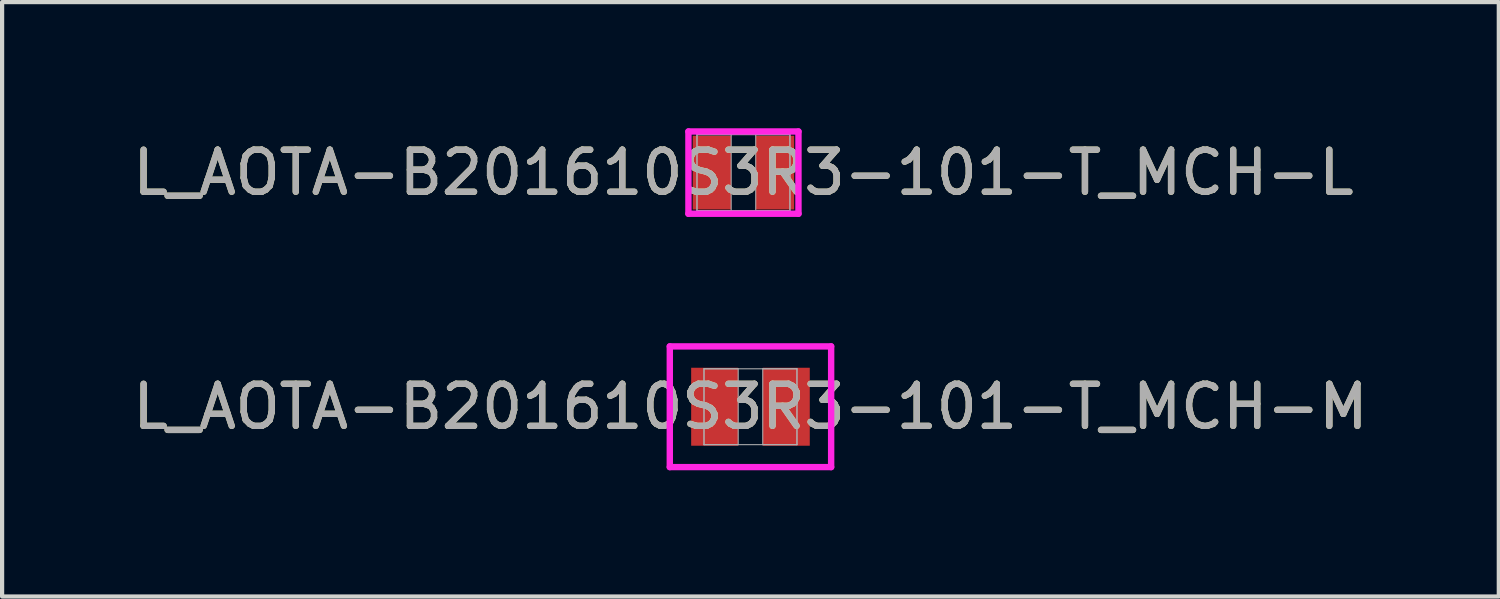
<source format=kicad_pcb>
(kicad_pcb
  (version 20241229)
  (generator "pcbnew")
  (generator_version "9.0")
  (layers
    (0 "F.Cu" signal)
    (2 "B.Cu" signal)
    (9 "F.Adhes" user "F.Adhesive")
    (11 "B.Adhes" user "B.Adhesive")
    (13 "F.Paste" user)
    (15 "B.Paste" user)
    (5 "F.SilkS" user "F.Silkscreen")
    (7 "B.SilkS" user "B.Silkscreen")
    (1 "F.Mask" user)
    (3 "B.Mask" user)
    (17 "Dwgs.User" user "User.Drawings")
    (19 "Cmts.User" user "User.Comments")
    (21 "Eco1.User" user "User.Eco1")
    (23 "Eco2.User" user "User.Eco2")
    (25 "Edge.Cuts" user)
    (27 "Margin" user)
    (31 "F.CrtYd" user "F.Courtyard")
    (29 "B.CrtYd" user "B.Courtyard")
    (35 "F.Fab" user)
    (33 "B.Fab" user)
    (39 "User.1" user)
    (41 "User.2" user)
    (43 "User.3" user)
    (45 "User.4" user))
  (footprint "L_AOTA-B201610S3R3-101-T_MCH-M"
    (layer "F.Cu")
    (at 14.792 6.62)
    (property "Reference" "L_AOTA-B201610S3R3-101-T_MCH-M" (at 0 0 0) (unlocked yes) (layer "F.SilkS") (effects (font (size 1 1) (thickness 0.15))))
    (attr smd)
    (fp_line (start -1.918 -1.435) (end 1.918 -1.435) (stroke (width 0.152) (type solid)) (layer "F.CrtYd"))
    (fp_line (start -1.918 1.435) (end -1.918 -1.435) (stroke (width 0.152) (type solid)) (layer "F.CrtYd"))
    (fp_line (start 1.918 -1.435) (end 1.918 1.435) (stroke (width 0.152) (type solid)) (layer "F.CrtYd"))
    (fp_line (start 1.918 1.435) (end -1.918 1.435) (stroke (width 0.152) (type solid)) (layer "F.CrtYd"))
    (fp_line (start -1.105 -0.902) (end -1.105 0.902) (stroke (width 0.025) (type solid)) (layer "F.Fab"))
    (fp_line (start -1.105 -0.902) (end -1.105 0.902) (stroke (width 0.025) (type solid)) (layer "F.Fab"))
    (fp_line (start -1.105 0.902) (end -0.292 0.902) (stroke (width 0.025) (type solid)) (layer "F.Fab"))
    (fp_line (start -1.105 0.902) (end 1.105 0.902) (stroke (width 0.025) (type solid)) (layer "F.Fab"))
    (fp_line (start -0.292 -0.902) (end -1.105 -0.902) (stroke (width 0.025) (type solid)) (layer "F.Fab"))
    (fp_line (start -0.292 0.902) (end -0.292 -0.902) (stroke (width 0.025) (type solid)) (layer "F.Fab"))
    (fp_line (start 0.292 -0.902) (end 0.292 0.902) (stroke (width 0.025) (type solid)) (layer "F.Fab"))
    (fp_line (start 0.292 0.902) (end 1.105 0.902) (stroke (width 0.025) (type solid)) (layer "F.Fab"))
    (fp_line (start 1.105 -0.902) (end -1.105 -0.902) (stroke (width 0.025) (type solid)) (layer "F.Fab"))
    (fp_line (start 1.105 -0.902) (end 0.292 -0.902) (stroke (width 0.025) (type solid)) (layer "F.Fab"))
    (fp_line (start 1.105 0.902) (end 1.105 -0.902) (stroke (width 0.025) (type solid)) (layer "F.Fab"))
    (fp_line (start 1.105 0.902) (end 1.105 -0.902) (stroke (width 0.025) (type solid)) (layer "F.Fab"))
    (fp_text user "${REFERENCE}" (at 0 0 0) (unlocked yes) (layer "F.Fab") (effects (font (size 1 1) (thickness 0.15))))
    (pad "1" smd rect (at -0.851 0) (size 1.118 1.854) (layers "F.Cu" "F.Mask" "F.Paste"))
    (pad "2" smd rect (at 0.851 0) (size 1.118 1.854) (layers "F.Cu" "F.Mask" "F.Paste"))
    (zone (net_name "") (layer "F.Cu") (hatch full 0.508) (connect_pads) (min_thickness 0.254) (filled_areas_thickness no) (keepout (tracks not_allowed) (vias not_allowed) (pads allowed) (copperpour not_allowed) (footprints allowed)) (placement (enabled no)) (fill) (polygon (pts (xy 14.55 5.769) (xy 15.033 5.769) (xy 15.033 7.47) (xy 14.55 7.47)))))
  (footprint "L_AOTA-B201610S3R3-101-T_MCH-L"
    (layer "F.Cu")
    (at 14.625 1.054)
    (property "Reference" "L_AOTA-B201610S3R3-101-T_MCH-L" (at 0 0 0) (unlocked yes) (layer "F.SilkS") (effects (font (size 1 1) (thickness 0.15))))
    (attr smd)
    (fp_line (start -1.308 -0.978) (end 1.308 -0.978) (stroke (width 0.152) (type solid)) (layer "F.CrtYd"))
    (fp_line (start -1.308 0.978) (end -1.308 -0.978) (stroke (width 0.152) (type solid)) (layer "F.CrtYd"))
    (fp_line (start 1.308 -0.978) (end 1.308 0.978) (stroke (width 0.152) (type solid)) (layer "F.CrtYd"))
    (fp_line (start 1.308 0.978) (end -1.308 0.978) (stroke (width 0.152) (type solid)) (layer "F.CrtYd"))
    (fp_line (start -1.105 -0.902) (end -1.105 0.902) (stroke (width 0.025) (type solid)) (layer "F.Fab"))
    (fp_line (start -1.105 -0.902) (end -1.105 0.902) (stroke (width 0.025) (type solid)) (layer "F.Fab"))
    (fp_line (start -1.105 0.902) (end -0.292 0.902) (stroke (width 0.025) (type solid)) (layer "F.Fab"))
    (fp_line (start -1.105 0.902) (end 1.105 0.902) (stroke (width 0.025) (type solid)) (layer "F.Fab"))
    (fp_line (start -0.292 -0.902) (end -1.105 -0.902) (stroke (width 0.025) (type solid)) (layer "F.Fab"))
    (fp_line (start -0.292 0.902) (end -0.292 -0.902) (stroke (width 0.025) (type solid)) (layer "F.Fab"))
    (fp_line (start 0.292 -0.902) (end 0.292 0.902) (stroke (width 0.025) (type solid)) (layer "F.Fab"))
    (fp_line (start 0.292 0.902) (end 1.105 0.902) (stroke (width 0.025) (type solid)) (layer "F.Fab"))
    (fp_line (start 1.105 -0.902) (end -1.105 -0.902) (stroke (width 0.025) (type solid)) (layer "F.Fab"))
    (fp_line (start 1.105 -0.902) (end 0.292 -0.902) (stroke (width 0.025) (type solid)) (layer "F.Fab"))
    (fp_line (start 1.105 0.902) (end 1.105 -0.902) (stroke (width 0.025) (type solid)) (layer "F.Fab"))
    (fp_line (start 1.105 0.902) (end 1.105 -0.902) (stroke (width 0.025) (type solid)) (layer "F.Fab"))
    (fp_text user "${REFERENCE}" (at 0 0 0) (unlocked yes) (layer "F.Fab") (effects (font (size 1 1) (thickness 0.15))))
    (pad "1" smd rect (at -0.749 0) (size 0.914 1.753) (layers "F.Cu" "F.Mask" "F.Paste"))
    (pad "2" smd rect (at 0.749 0) (size 0.914 1.753) (layers "F.Cu" "F.Mask" "F.Paste"))
    (zone (net_name "") (layer "F.Cu") (hatch full 0.508) (connect_pads) (min_thickness 0.254) (filled_areas_thickness no) (keepout (tracks not_allowed) (vias not_allowed) (pads allowed) (copperpour not_allowed) (footprints allowed)) (placement (enabled no)) (fill) (polygon (pts (xy 14.384 0.203) (xy 14.866 0.203) (xy 14.866 1.905) (xy 14.384 1.905)))))
  (gr_rect
    (start -3 -3)
    (end 32.583 11.131)
    (stroke (width 0.1) (type default))
    (fill no)
    (layer "Edge.Cuts")))
</source>
